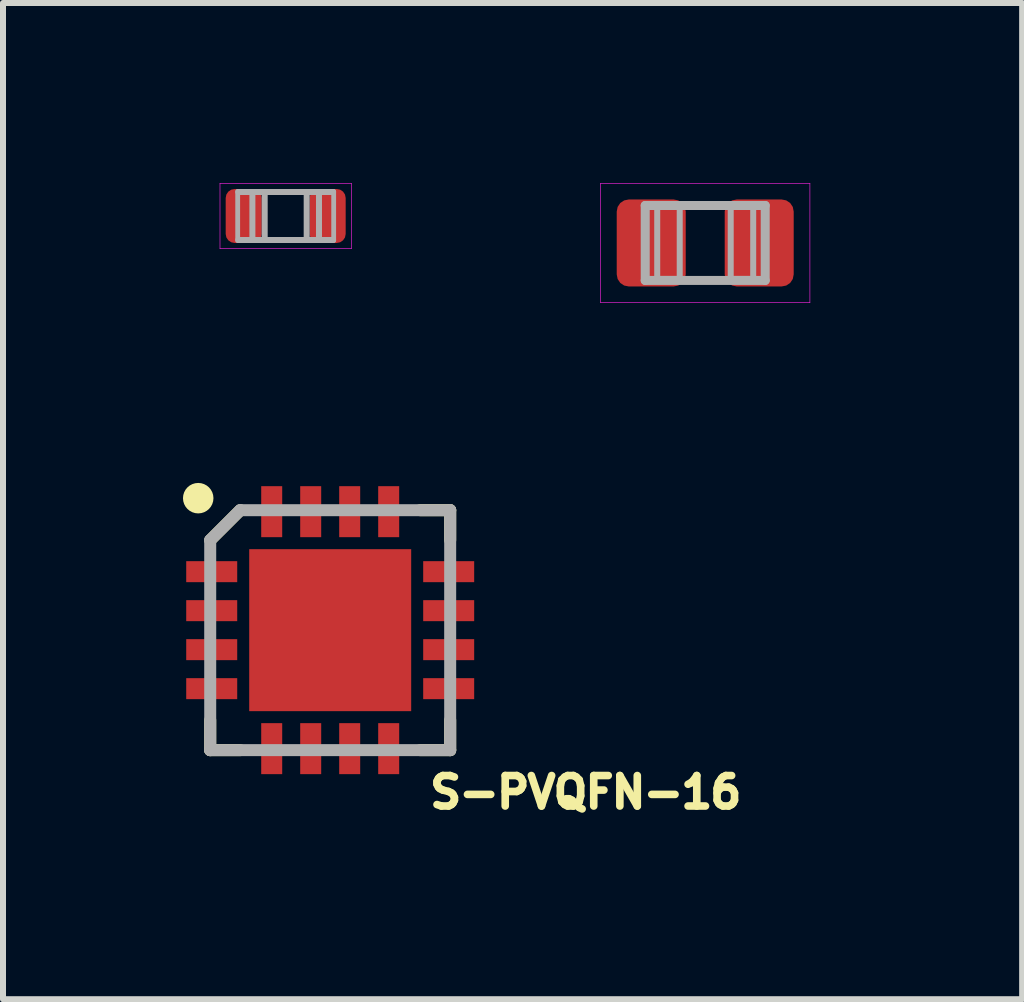
<source format=kicad_pcb>
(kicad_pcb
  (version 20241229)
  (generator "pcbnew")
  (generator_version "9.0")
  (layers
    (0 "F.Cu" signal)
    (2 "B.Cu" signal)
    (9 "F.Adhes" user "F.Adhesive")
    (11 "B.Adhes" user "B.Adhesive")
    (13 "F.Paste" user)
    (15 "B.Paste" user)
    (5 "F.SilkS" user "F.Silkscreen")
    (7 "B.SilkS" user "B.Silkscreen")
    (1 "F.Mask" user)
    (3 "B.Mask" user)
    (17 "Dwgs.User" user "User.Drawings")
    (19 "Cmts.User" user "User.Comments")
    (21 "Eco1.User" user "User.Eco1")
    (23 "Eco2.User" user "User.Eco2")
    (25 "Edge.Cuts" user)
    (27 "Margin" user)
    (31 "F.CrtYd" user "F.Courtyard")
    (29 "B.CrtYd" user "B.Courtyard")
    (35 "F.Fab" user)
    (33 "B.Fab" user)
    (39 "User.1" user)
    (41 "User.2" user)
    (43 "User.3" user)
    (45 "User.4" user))
  (footprint ".0805-B-NOSILK"
    (layer "F.Cu")
    (at 8.705 1)
    (property "Reference" ".0805-B-NOSILK" (at 0 0 0) (layer "F.Mask") (effects (font (size 0.34 0.34) (thickness 0.06))))
    (fp_poly (pts (xy -0.26 0.79) (xy -1.54 0.79) (xy -1.54 -0.79) (xy -0.26 -0.79)) (stroke (width 0) (type solid)) (fill yes) (layer "F.Mask"))
    (fp_poly (pts (xy 1.54 0.79) (xy 0.26 0.79) (xy 0.26 -0.79) (xy 1.54 -0.79)) (stroke (width 0) (type solid)) (fill yes) (layer "F.Mask"))
    (fp_line (start -1.745 -0.995) (end -1.745 0.995) (stroke (width 0.01) (type solid)) (layer "F.CrtYd"))
    (fp_line (start -1.745 0.995) (end 1.745 0.995) (stroke (width 0.01) (type solid)) (layer "F.CrtYd"))
    (fp_line (start 1.745 -0.995) (end -1.745 -0.995) (stroke (width 0.01) (type solid)) (layer "F.CrtYd"))
    (fp_line (start 1.745 0.995) (end 1.745 -0.995) (stroke (width 0.01) (type solid)) (layer "F.CrtYd"))
    (fp_line (start -1 -0.625) (end 1 -0.625) (stroke (width 0.15) (type solid)) (layer "F.Fab"))
    (fp_line (start -1 0.625) (end -1 -0.625) (stroke (width 0.15) (type solid)) (layer "F.Fab"))
    (fp_line (start 1 -0.625) (end 1 0.625) (stroke (width 0.15) (type solid)) (layer "F.Fab"))
    (fp_line (start 1 0.625) (end -1 0.625) (stroke (width 0.15) (type solid)) (layer "F.Fab"))
    (fp_poly (pts (xy -0.8 0.6) (xy -0.425 0.6) (xy -0.425 -0.6) (xy -0.8 -0.6)) (stroke (width 0.1) (type solid)) (fill no) (layer "F.Fab"))
    (fp_poly (pts (xy 0.425 0.6) (xy 0.8 0.6) (xy 0.8 -0.6) (xy 0.425 -0.6)) (stroke (width 0.1) (type solid)) (fill no) (layer "F.Fab"))
    (pad "1" smd roundrect (at -0.9 0) (size 1.15 1.45) (layers "F.Cu" "F.Paste") (roundrect_rratio 0.175))
    (pad "2" smd roundrect (at 0.9 0) (size 1.15 1.45) (layers "F.Cu" "F.Paste") (roundrect_rratio 0.175)))
  (footprint ".0603-C-NOSILK"
    (layer "F.Cu")
    (at 1.712 0.55)
    (property "Reference" ".0603-C-NOSILK" (at 0 0 0) (layer "F.Mask") (effects (font (size 0.255 0.255) (thickness 0.045))))
    (fp_line (start -0.845 -0.295) (end -0.845 0.295) (stroke (width 0.43) (type solid)) (layer "F.Mask"))
    (fp_line (start -0.555 -0.295) (end -0.845 -0.295) (stroke (width 0.43) (type solid)) (layer "F.Mask"))
    (fp_line (start -0.555 -0.295) (end -0.555 0.295) (stroke (width 0.43) (type solid)) (layer "F.Mask"))
    (fp_line (start -0.555 0.295) (end -0.845 0.295) (stroke (width 0.43) (type solid)) (layer "F.Mask"))
    (fp_line (start 0.555 -0.295) (end 0.555 0.295) (stroke (width 0.43) (type solid)) (layer "F.Mask"))
    (fp_line (start 0.845 -0.295) (end 0.555 -0.295) (stroke (width 0.43) (type solid)) (layer "F.Mask"))
    (fp_line (start 0.845 -0.295) (end 0.845 0.295) (stroke (width 0.43) (type solid)) (layer "F.Mask"))
    (fp_line (start 0.845 0.295) (end 0.555 0.295) (stroke (width 0.43) (type solid)) (layer "F.Mask"))
    (fp_line (start -1.095 -0.545) (end -1.095 0.545) (stroke (width 0.01) (type solid)) (layer "F.CrtYd"))
    (fp_line (start -1.095 0.545) (end 1.095 0.545) (stroke (width 0.01) (type solid)) (layer "F.CrtYd"))
    (fp_line (start 1.095 -0.545) (end -1.095 -0.545) (stroke (width 0.01) (type solid)) (layer "F.CrtYd"))
    (fp_line (start 1.095 0.545) (end 1.095 -0.545) (stroke (width 0.01) (type solid)) (layer "F.CrtYd"))
    (fp_line (start -0.8 0.41) (end -0.8 -0.41) (stroke (width 0.08) (type solid)) (layer "F.Fab"))
    (fp_line (start -0.79 -0.4) (end 0.79 -0.4) (stroke (width 0.1) (type solid)) (layer "F.Fab"))
    (fp_line (start 0.79 0.4) (end -0.79 0.4) (stroke (width 0.1) (type solid)) (layer "F.Fab"))
    (fp_line (start 0.8 -0.41) (end 0.8 0.41) (stroke (width 0.08) (type solid)) (layer "F.Fab"))
    (fp_poly (pts (xy -0.555 0.4) (xy -0.35 0.4) (xy -0.35 -0.4) (xy -0.555 -0.4)) (stroke (width 0.1) (type solid)) (fill no) (layer "F.Fab"))
    (fp_poly (pts (xy 0.35 0.4) (xy 0.555 0.4) (xy 0.555 -0.4) (xy 0.35 -0.4)) (stroke (width 0.1) (type solid)) (fill no) (layer "F.Fab"))
    (pad "1" smd roundrect (at -0.7 0) (size 0.6 0.9) (layers "F.Cu" "F.Paste") (roundrect_rratio 0.25))
    (pad "2" smd roundrect (at 0.7 0) (size 0.6 0.9) (layers "F.Cu" "F.Paste") (roundrect_rratio 0.25)))
  (footprint "S-PVQFN-16"
    (layer "F.Cu")
    (at 2.454 7.454)
    (property "Reference" "S-PVQFN-16" (at 1.6 3 0) (layer "F.SilkS") (effects (font (size 0.508 0.508) (thickness 0.127)) (justify left bottom)))
    (fp_line (start -2 1.5) (end -2 2) (stroke (width 0.2) (type solid)) (layer "F.SilkS"))
    (fp_line (start -2 2) (end -1.5 2) (stroke (width 0.2) (type solid)) (layer "F.SilkS"))
    (fp_line (start -1.5 -2) (end -2 -1.5) (stroke (width 0.2) (type solid)) (layer "F.SilkS"))
    (fp_line (start 1.5 2) (end 2 2) (stroke (width 0.2) (type solid)) (layer "F.SilkS"))
    (fp_line (start 2 -2) (end 1.5 -2) (stroke (width 0.2) (type solid)) (layer "F.SilkS"))
    (fp_line (start 2 -1.5) (end 2 -2) (stroke (width 0.2) (type solid)) (layer "F.SilkS"))
    (fp_line (start 2 2) (end 2 1.5) (stroke (width 0.2) (type solid)) (layer "F.SilkS"))
    (fp_circle (center -2.2 -2.2) (end -2.073 -2.2) (stroke (width 0.254) (type solid)) (fill no) (layer "F.SilkS"))
    (fp_poly (pts (xy -0.137 -0.137) (xy -1.264 -0.137) (xy -1.264 -0.726) (xy -0.726 -1.264) (xy -0.137 -1.264)) (stroke (width 0) (type solid)) (fill yes) (layer "F.Paste"))
    (fp_poly (pts (xy -0.137 1.264) (xy -0.726 1.264) (xy -1.264 0.726) (xy -1.264 0.137) (xy -0.137 0.137)) (stroke (width 0) (type solid)) (fill yes) (layer "F.Paste"))
    (fp_poly (pts (xy 1.264 -0.726) (xy 1.264 -0.137) (xy 0.137 -0.137) (xy 0.137 -1.264) (xy 0.726 -1.264)) (stroke (width 0) (type solid)) (fill yes) (layer "F.Paste"))
    (fp_poly (pts (xy 1.264 0.726) (xy 0.726 1.264) (xy 0.137 1.264) (xy 0.137 0.137) (xy 1.264 0.137)) (stroke (width 0) (type solid)) (fill yes) (layer "F.Paste"))
    (fp_line (start -2 2) (end -2 -1.5) (stroke (width 0.2) (type solid)) (layer "F.Fab"))
    (fp_line (start -1.5 -2) (end -2 -1.5) (stroke (width 0.2) (type solid)) (layer "F.Fab"))
    (fp_line (start -1.5 -2) (end 2 -2) (stroke (width 0.2) (type solid)) (layer "F.Fab"))
    (fp_line (start 2 -2) (end 2 2) (stroke (width 0.2) (type solid)) (layer "F.Fab"))
    (fp_line (start 2 2) (end -2 2) (stroke (width 0.2) (type solid)) (layer "F.Fab"))
    (pad "1" smd rect (at -1.975 -0.975 270) (size 0.35 0.85) (layers "F.Cu" "F.Mask" "F.Paste"))
    (pad "2" smd rect (at -1.975 -0.325 270) (size 0.35 0.85) (layers "F.Cu" "F.Mask" "F.Paste"))
    (pad "3" smd rect (at -1.975 0.325 270) (size 0.35 0.85) (layers "F.Cu" "F.Mask" "F.Paste"))
    (pad "4" smd rect (at -1.975 0.975 270) (size 0.35 0.85) (layers "F.Cu" "F.Mask" "F.Paste"))
    (pad "5" smd rect (at -0.975 1.975) (size 0.35 0.85) (layers "F.Cu" "F.Mask" "F.Paste"))
    (pad "6" smd rect (at -0.325 1.975) (size 0.35 0.85) (layers "F.Cu" "F.Mask" "F.Paste"))
    (pad "7" smd rect (at 0.325 1.975) (size 0.35 0.85) (layers "F.Cu" "F.Mask" "F.Paste"))
    (pad "8" smd rect (at 0.975 1.975) (size 0.35 0.85) (layers "F.Cu" "F.Mask" "F.Paste"))
    (pad "9" smd rect (at 1.975 0.975 90) (size 0.35 0.85) (layers "F.Cu" "F.Mask" "F.Paste"))
    (pad "10" smd rect (at 1.975 0.325 90) (size 0.35 0.85) (layers "F.Cu" "F.Mask" "F.Paste"))
    (pad "11" smd rect (at 1.975 -0.325 90) (size 0.35 0.85) (layers "F.Cu" "F.Mask" "F.Paste"))
    (pad "12" smd rect (at 1.975 -0.975 90) (size 0.35 0.85) (layers "F.Cu" "F.Mask" "F.Paste"))
    (pad "13" smd rect (at 0.975 -1.975 180) (size 0.35 0.85) (layers "F.Cu" "F.Mask" "F.Paste"))
    (pad "14" smd rect (at 0.325 -1.975 180) (size 0.35 0.85) (layers "F.Cu" "F.Mask" "F.Paste"))
    (pad "15" smd rect (at -0.325 -1.975 180) (size 0.35 0.85) (layers "F.Cu" "F.Mask" "F.Paste"))
    (pad "16" smd rect (at -0.975 -1.975 180) (size 0.35 0.85) (layers "F.Cu" "F.Mask" "F.Paste"))
    (pad "PAD" smd rect (at 0 0) (size 2.7 2.7) (layers "F.Cu" "F.Mask"))
    (zone (net_name "") (layer "F.Cu") (hatch edge 0.508) (connect_pads) (min_thickness 0.254) (filled_areas_thickness no) (keepout (tracks not_allowed) (vias not_allowed) (pads not_allowed) (copperpour not_allowed) (footprints allowed)) (placement (enabled no)) (fill) (polygon (pts (xy 0.454 5.954) (xy 0.954 5.954) (xy 0.954 5.454) (xy 0.454 5.454)))))
  (gr_rect
    (start -3 -3)
    (end 13.988 13.605)
    (stroke (width 0.1) (type default))
    (fill no)
    (layer "Edge.Cuts")))
</source>
